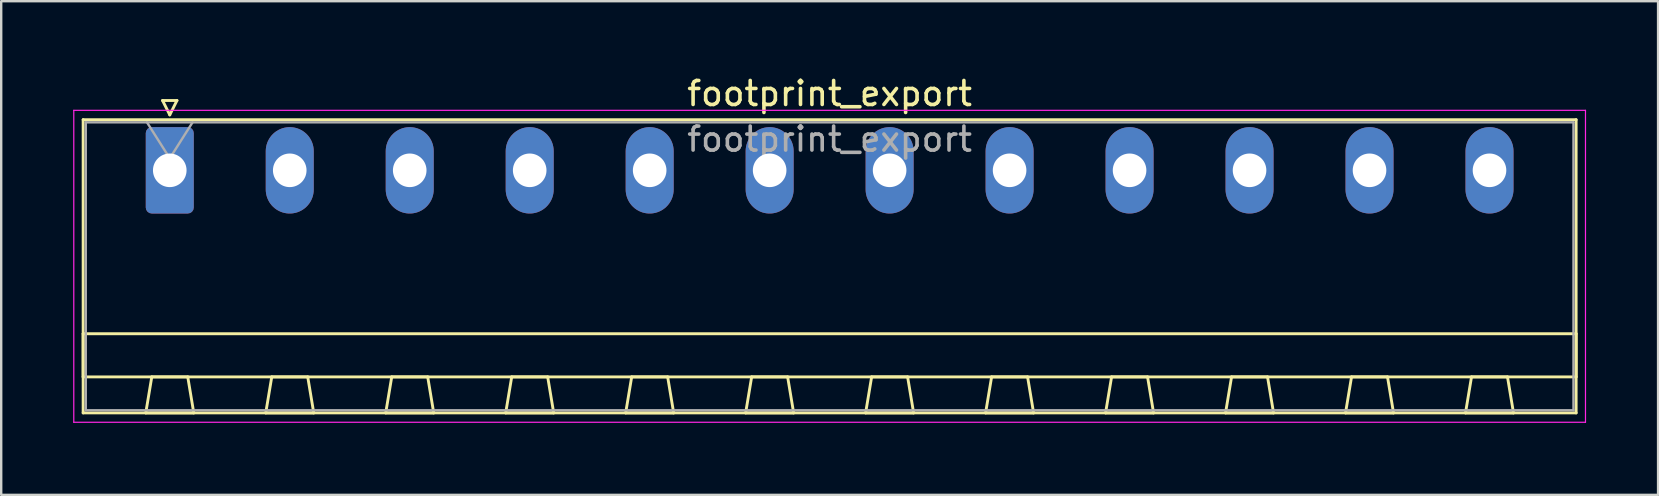
<source format=kicad_pcb>
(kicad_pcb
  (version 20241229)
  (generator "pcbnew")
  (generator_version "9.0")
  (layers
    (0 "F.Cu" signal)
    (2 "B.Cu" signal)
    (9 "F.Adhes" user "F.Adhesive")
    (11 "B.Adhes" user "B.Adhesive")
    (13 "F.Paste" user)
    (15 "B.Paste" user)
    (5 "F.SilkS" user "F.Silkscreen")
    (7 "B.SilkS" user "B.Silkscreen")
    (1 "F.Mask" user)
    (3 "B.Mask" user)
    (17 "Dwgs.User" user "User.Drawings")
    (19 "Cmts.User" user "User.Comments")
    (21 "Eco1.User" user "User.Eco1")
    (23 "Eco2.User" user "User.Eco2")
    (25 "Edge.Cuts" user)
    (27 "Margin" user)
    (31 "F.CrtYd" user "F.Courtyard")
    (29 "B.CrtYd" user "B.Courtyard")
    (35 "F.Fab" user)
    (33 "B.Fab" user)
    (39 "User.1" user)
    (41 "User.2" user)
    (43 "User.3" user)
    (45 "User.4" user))
  (footprint "footprint_export"
    (layer "F.Cu")
    (at 4.025 4.048)
    (property "Reference" "footprint_export" (at 27.5 -3.2 0) (layer "F.SilkS") (effects (font (size 1 1) (thickness 0.15))))
    (attr through_hole)
    (fp_line (start -3.61 -2.11) (end -3.61 10.11) (stroke (width 0.12) (type solid)) (layer "F.SilkS"))
    (fp_line (start -3.61 6.81) (end 58.61 6.81) (stroke (width 0.12) (type solid)) (layer "F.SilkS"))
    (fp_line (start -3.61 8.61) (end -3.61 6.81) (stroke (width 0.12) (type solid)) (layer "F.SilkS"))
    (fp_line (start -3.61 10.11) (end 58.61 10.11) (stroke (width 0.12) (type solid)) (layer "F.SilkS"))
    (fp_line (start -1 10.11) (end 1 10.11) (stroke (width 0.12) (type solid)) (layer "F.SilkS"))
    (fp_line (start -0.75 8.61) (end -1 10.11) (stroke (width 0.12) (type solid)) (layer "F.SilkS"))
    (fp_line (start -0.3 -2.91) (end 0.3 -2.91) (stroke (width 0.12) (type solid)) (layer "F.SilkS"))
    (fp_line (start 0 -2.31) (end -0.3 -2.91) (stroke (width 0.12) (type solid)) (layer "F.SilkS"))
    (fp_line (start 0.3 -2.91) (end 0 -2.31) (stroke (width 0.12) (type solid)) (layer "F.SilkS"))
    (fp_line (start 0.75 8.61) (end -0.75 8.61) (stroke (width 0.12) (type solid)) (layer "F.SilkS"))
    (fp_line (start 1 10.11) (end 0.75 8.61) (stroke (width 0.12) (type solid)) (layer "F.SilkS"))
    (fp_line (start 4 10.11) (end 6 10.11) (stroke (width 0.12) (type solid)) (layer "F.SilkS"))
    (fp_line (start 4.25 8.61) (end 4 10.11) (stroke (width 0.12) (type solid)) (layer "F.SilkS"))
    (fp_line (start 5.75 8.61) (end 4.25 8.61) (stroke (width 0.12) (type solid)) (layer "F.SilkS"))
    (fp_line (start 6 10.11) (end 5.75 8.61) (stroke (width 0.12) (type solid)) (layer "F.SilkS"))
    (fp_line (start 9 10.11) (end 11 10.11) (stroke (width 0.12) (type solid)) (layer "F.SilkS"))
    (fp_line (start 9.25 8.61) (end 9 10.11) (stroke (width 0.12) (type solid)) (layer "F.SilkS"))
    (fp_line (start 10.75 8.61) (end 9.25 8.61) (stroke (width 0.12) (type solid)) (layer "F.SilkS"))
    (fp_line (start 11 10.11) (end 10.75 8.61) (stroke (width 0.12) (type solid)) (layer "F.SilkS"))
    (fp_line (start 14 10.11) (end 16 10.11) (stroke (width 0.12) (type solid)) (layer "F.SilkS"))
    (fp_line (start 14.25 8.61) (end 14 10.11) (stroke (width 0.12) (type solid)) (layer "F.SilkS"))
    (fp_line (start 15.75 8.61) (end 14.25 8.61) (stroke (width 0.12) (type solid)) (layer "F.SilkS"))
    (fp_line (start 16 10.11) (end 15.75 8.61) (stroke (width 0.12) (type solid)) (layer "F.SilkS"))
    (fp_line (start 19 10.11) (end 21 10.11) (stroke (width 0.12) (type solid)) (layer "F.SilkS"))
    (fp_line (start 19.25 8.61) (end 19 10.11) (stroke (width 0.12) (type solid)) (layer "F.SilkS"))
    (fp_line (start 20.75 8.61) (end 19.25 8.61) (stroke (width 0.12) (type solid)) (layer "F.SilkS"))
    (fp_line (start 21 10.11) (end 20.75 8.61) (stroke (width 0.12) (type solid)) (layer "F.SilkS"))
    (fp_line (start 24 10.11) (end 26 10.11) (stroke (width 0.12) (type solid)) (layer "F.SilkS"))
    (fp_line (start 24.25 8.61) (end 24 10.11) (stroke (width 0.12) (type solid)) (layer "F.SilkS"))
    (fp_line (start 25.75 8.61) (end 24.25 8.61) (stroke (width 0.12) (type solid)) (layer "F.SilkS"))
    (fp_line (start 26 10.11) (end 25.75 8.61) (stroke (width 0.12) (type solid)) (layer "F.SilkS"))
    (fp_line (start 29 10.11) (end 31 10.11) (stroke (width 0.12) (type solid)) (layer "F.SilkS"))
    (fp_line (start 29.25 8.61) (end 29 10.11) (stroke (width 0.12) (type solid)) (layer "F.SilkS"))
    (fp_line (start 30.75 8.61) (end 29.25 8.61) (stroke (width 0.12) (type solid)) (layer "F.SilkS"))
    (fp_line (start 31 10.11) (end 30.75 8.61) (stroke (width 0.12) (type solid)) (layer "F.SilkS"))
    (fp_line (start 34 10.11) (end 36 10.11) (stroke (width 0.12) (type solid)) (layer "F.SilkS"))
    (fp_line (start 34.25 8.61) (end 34 10.11) (stroke (width 0.12) (type solid)) (layer "F.SilkS"))
    (fp_line (start 35.75 8.61) (end 34.25 8.61) (stroke (width 0.12) (type solid)) (layer "F.SilkS"))
    (fp_line (start 36 10.11) (end 35.75 8.61) (stroke (width 0.12) (type solid)) (layer "F.SilkS"))
    (fp_line (start 39 10.11) (end 41 10.11) (stroke (width 0.12) (type solid)) (layer "F.SilkS"))
    (fp_line (start 39.25 8.61) (end 39 10.11) (stroke (width 0.12) (type solid)) (layer "F.SilkS"))
    (fp_line (start 40.75 8.61) (end 39.25 8.61) (stroke (width 0.12) (type solid)) (layer "F.SilkS"))
    (fp_line (start 41 10.11) (end 40.75 8.61) (stroke (width 0.12) (type solid)) (layer "F.SilkS"))
    (fp_line (start 44 10.11) (end 46 10.11) (stroke (width 0.12) (type solid)) (layer "F.SilkS"))
    (fp_line (start 44.25 8.61) (end 44 10.11) (stroke (width 0.12) (type solid)) (layer "F.SilkS"))
    (fp_line (start 45.75 8.61) (end 44.25 8.61) (stroke (width 0.12) (type solid)) (layer "F.SilkS"))
    (fp_line (start 46 10.11) (end 45.75 8.61) (stroke (width 0.12) (type solid)) (layer "F.SilkS"))
    (fp_line (start 49 10.11) (end 51 10.11) (stroke (width 0.12) (type solid)) (layer "F.SilkS"))
    (fp_line (start 49.25 8.61) (end 49 10.11) (stroke (width 0.12) (type solid)) (layer "F.SilkS"))
    (fp_line (start 50.75 8.61) (end 49.25 8.61) (stroke (width 0.12) (type solid)) (layer "F.SilkS"))
    (fp_line (start 51 10.11) (end 50.75 8.61) (stroke (width 0.12) (type solid)) (layer "F.SilkS"))
    (fp_line (start 54 10.11) (end 56 10.11) (stroke (width 0.12) (type solid)) (layer "F.SilkS"))
    (fp_line (start 54.25 8.61) (end 54 10.11) (stroke (width 0.12) (type solid)) (layer "F.SilkS"))
    (fp_line (start 55.75 8.61) (end 54.25 8.61) (stroke (width 0.12) (type solid)) (layer "F.SilkS"))
    (fp_line (start 56 10.11) (end 55.75 8.61) (stroke (width 0.12) (type solid)) (layer "F.SilkS"))
    (fp_line (start 58.61 -2.11) (end -3.61 -2.11) (stroke (width 0.12) (type solid)) (layer "F.SilkS"))
    (fp_line (start 58.61 6.81) (end 58.61 8.61) (stroke (width 0.12) (type solid)) (layer "F.SilkS"))
    (fp_line (start 58.61 8.61) (end -3.61 8.61) (stroke (width 0.12) (type solid)) (layer "F.SilkS"))
    (fp_line (start 58.61 10.11) (end 58.61 -2.11) (stroke (width 0.12) (type solid)) (layer "F.SilkS"))
    (fp_line (start -4 -2.5) (end -4 10.5) (stroke (width 0.05) (type solid)) (layer "F.CrtYd"))
    (fp_line (start -4 10.5) (end 59 10.5) (stroke (width 0.05) (type solid)) (layer "F.CrtYd"))
    (fp_line (start 59 -2.5) (end -4 -2.5) (stroke (width 0.05) (type solid)) (layer "F.CrtYd"))
    (fp_line (start 59 10.5) (end 59 -2.5) (stroke (width 0.05) (type solid)) (layer "F.CrtYd"))
    (fp_line (start -3.5 -2) (end -3.5 10) (stroke (width 0.1) (type solid)) (layer "F.Fab"))
    (fp_line (start -3.5 10) (end 58.5 10) (stroke (width 0.1) (type solid)) (layer "F.Fab"))
    (fp_line (start 0 -0.5) (end -0.95 -2) (stroke (width 0.1) (type solid)) (layer "F.Fab"))
    (fp_line (start 0.95 -2) (end 0 -0.5) (stroke (width 0.1) (type solid)) (layer "F.Fab"))
    (fp_line (start 58.5 -2) (end -3.5 -2) (stroke (width 0.1) (type solid)) (layer "F.Fab"))
    (fp_line (start 58.5 10) (end 58.5 -2) (stroke (width 0.1) (type solid)) (layer "F.Fab"))
    (fp_text user "${REFERENCE}" (at 27.5 -1.3 0) (layer "F.Fab") (effects (font (size 1 1) (thickness 0.15))))
    (pad "1" thru_hole roundrect (at 0 0) (size 2 3.6) (drill 1.4) (layers "*.Cu" "*.Mask") (roundrect_rratio 0.125))
    (pad "2" thru_hole oval (at 5 0) (size 2 3.6) (drill 1.4) (layers "*.Cu" "*.Mask"))
    (pad "3" thru_hole oval (at 10 0) (size 2 3.6) (drill 1.4) (layers "*.Cu" "*.Mask"))
    (pad "4" thru_hole oval (at 15 0) (size 2 3.6) (drill 1.4) (layers "*.Cu" "*.Mask"))
    (pad "5" thru_hole oval (at 20 0) (size 2 3.6) (drill 1.4) (layers "*.Cu" "*.Mask"))
    (pad "6" thru_hole oval (at 25 0) (size 2 3.6) (drill 1.4) (layers "*.Cu" "*.Mask"))
    (pad "7" thru_hole oval (at 30 0) (size 2 3.6) (drill 1.4) (layers "*.Cu" "*.Mask"))
    (pad "8" thru_hole oval (at 35 0) (size 2 3.6) (drill 1.4) (layers "*.Cu" "*.Mask"))
    (pad "9" thru_hole oval (at 40 0) (size 2 3.6) (drill 1.4) (layers "*.Cu" "*.Mask"))
    (pad "10" thru_hole oval (at 45 0) (size 2 3.6) (drill 1.4) (layers "*.Cu" "*.Mask"))
    (pad "11" thru_hole oval (at 50 0) (size 2 3.6) (drill 1.4) (layers "*.Cu" "*.Mask"))
    (pad "12" thru_hole oval (at 55 0) (size 2 3.6) (drill 1.4) (layers "*.Cu" "*.Mask")))
  (gr_rect
    (start -3 -3)
    (end 66.05 17.573)
    (stroke (width 0.1) (type default))
    (fill no)
    (layer "Edge.Cuts")))
</source>
